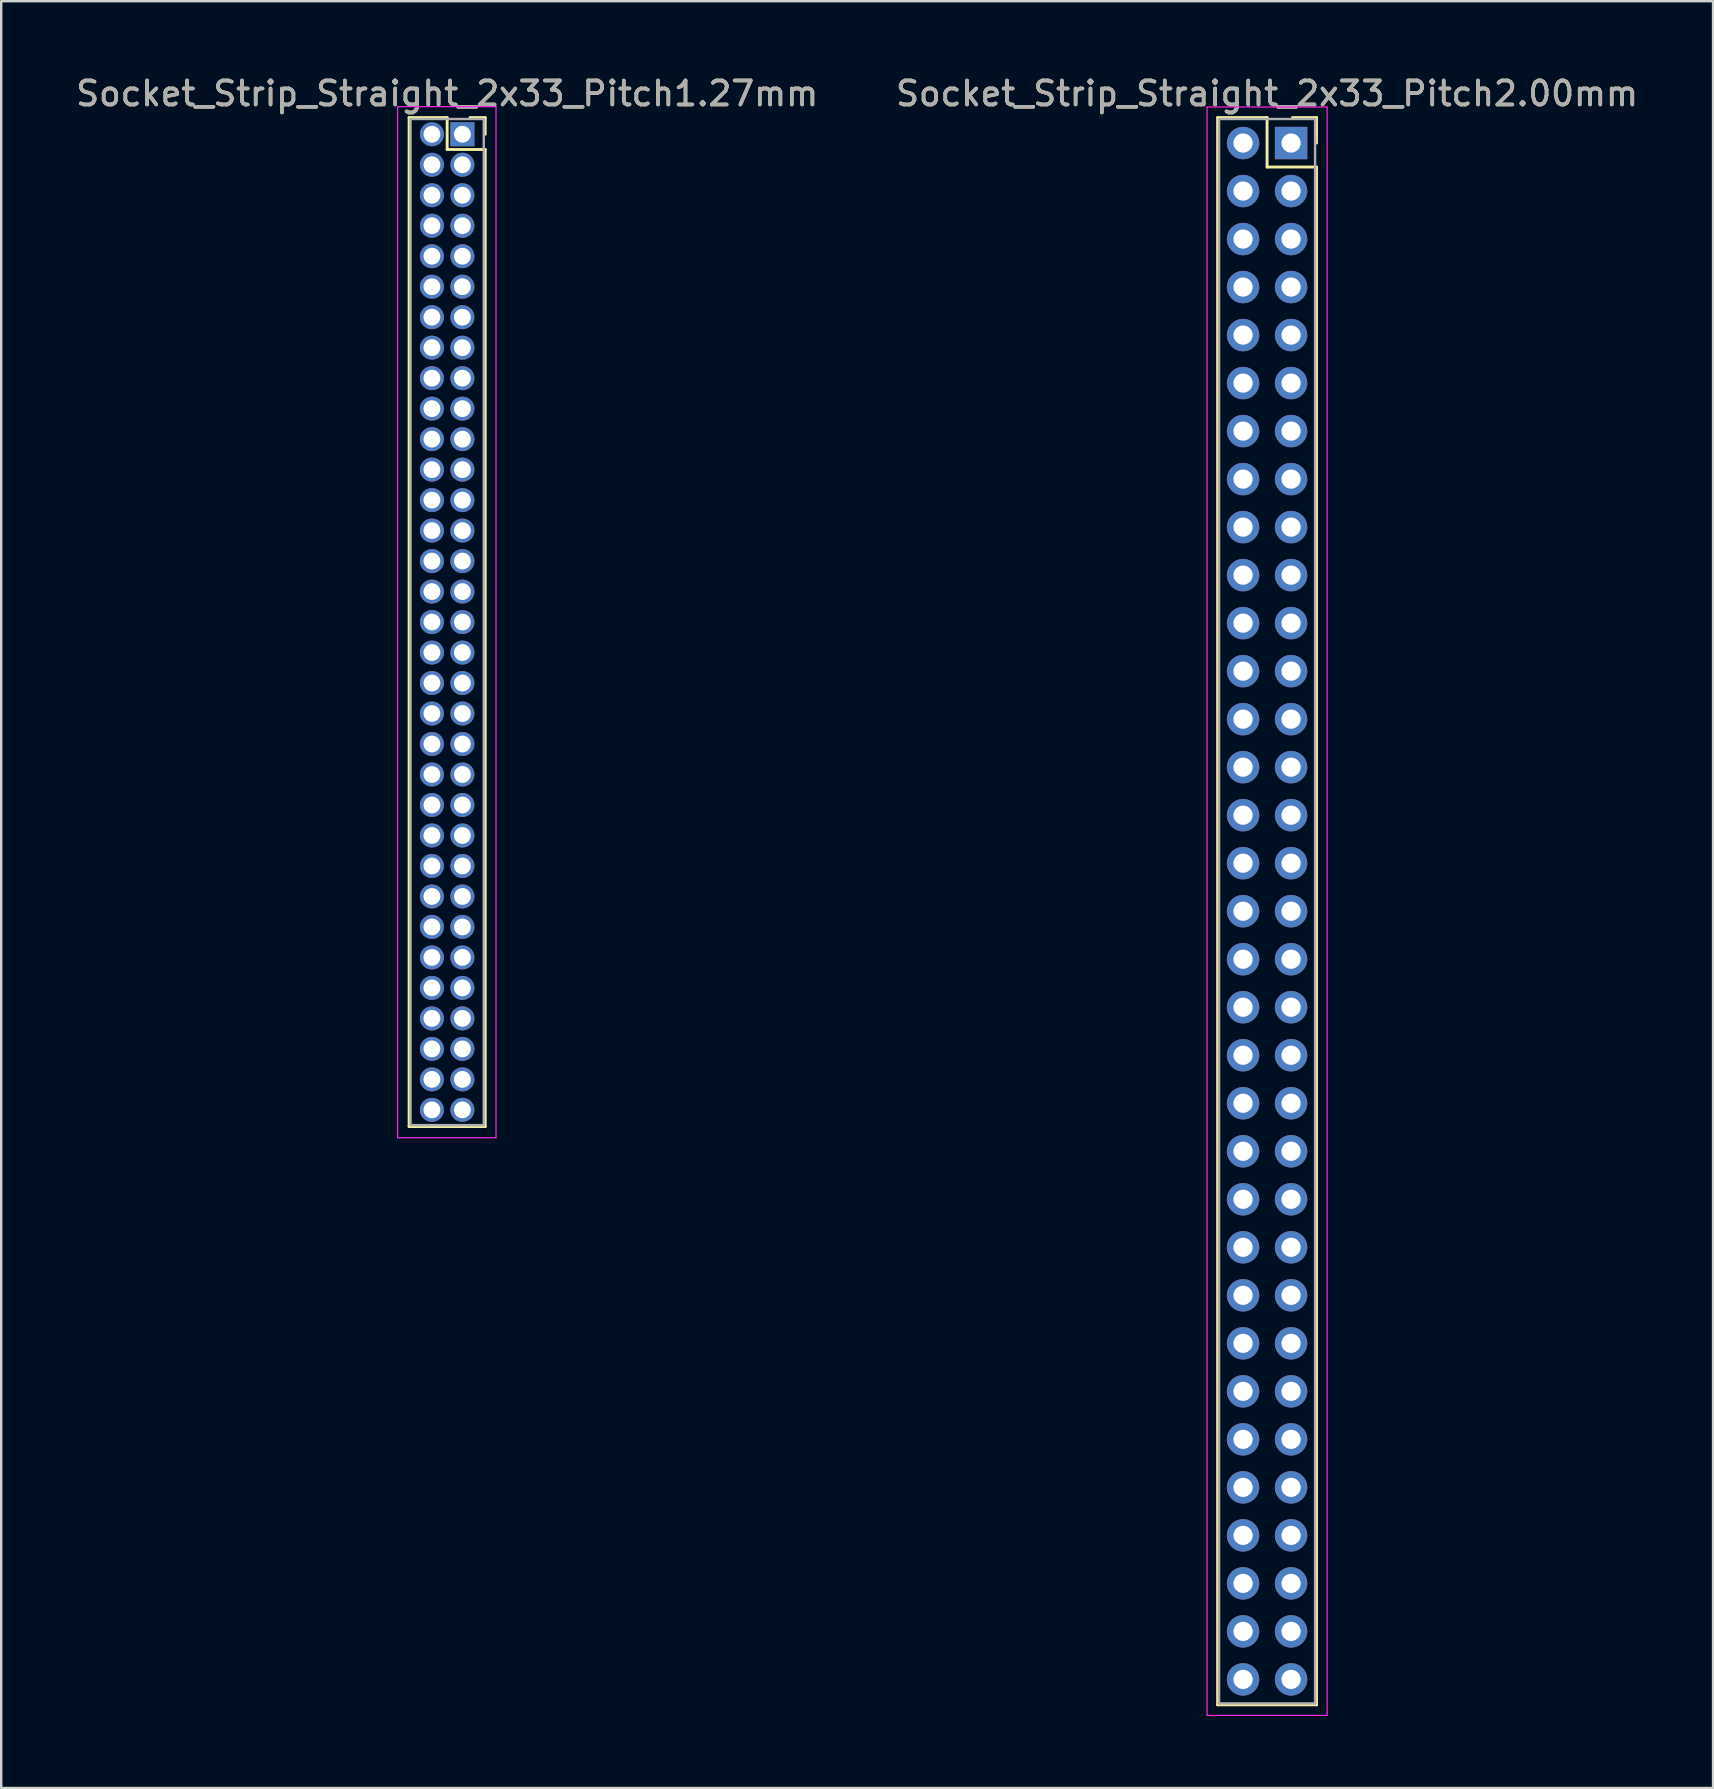
<source format=kicad_pcb>
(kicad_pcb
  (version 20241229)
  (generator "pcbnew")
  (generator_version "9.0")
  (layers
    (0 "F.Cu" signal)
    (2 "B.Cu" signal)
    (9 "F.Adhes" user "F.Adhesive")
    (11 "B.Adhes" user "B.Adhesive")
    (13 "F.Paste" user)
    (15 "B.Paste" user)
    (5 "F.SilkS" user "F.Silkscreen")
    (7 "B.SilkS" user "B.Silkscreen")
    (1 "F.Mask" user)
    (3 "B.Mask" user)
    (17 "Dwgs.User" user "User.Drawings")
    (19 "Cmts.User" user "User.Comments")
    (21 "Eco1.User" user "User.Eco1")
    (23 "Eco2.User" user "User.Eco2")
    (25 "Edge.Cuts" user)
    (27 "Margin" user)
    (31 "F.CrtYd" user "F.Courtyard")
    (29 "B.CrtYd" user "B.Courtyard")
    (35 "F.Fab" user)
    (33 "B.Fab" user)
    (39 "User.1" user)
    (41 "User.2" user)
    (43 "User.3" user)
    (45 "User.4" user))
  (footprint "Socket_Strip_Straight_2x33_Pitch1.27mm"
    (layer "F.Cu")
    (at 16.212 2.543)
    (property "Reference" "Socket_Strip_Straight_2x33_Pitch1.27mm" (at -0.635 -1.695 0) (layer "F.SilkS") (effects (font (size 1 1) (thickness 0.15))))
    (attr through_hole)
    (fp_line (start -2.22 -0.695) (end -0.635 -0.695) (stroke (width 0.12) (type solid)) (layer "F.SilkS"))
    (fp_line (start -2.22 41.335) (end -2.22 -0.695) (stroke (width 0.12) (type solid)) (layer "F.SilkS"))
    (fp_line (start -0.635 -0.695) (end -0.635 0.635) (stroke (width 0.12) (type solid)) (layer "F.SilkS"))
    (fp_line (start -0.635 0.635) (end 0.95 0.635) (stroke (width 0.12) (type solid)) (layer "F.SilkS"))
    (fp_line (start 0.95 -0.695) (end 0.315 -0.695) (stroke (width 0.12) (type solid)) (layer "F.SilkS"))
    (fp_line (start 0.95 0) (end 0.95 -0.695) (stroke (width 0.12) (type solid)) (layer "F.SilkS"))
    (fp_line (start 0.95 0.635) (end 0.95 41.335) (stroke (width 0.12) (type solid)) (layer "F.SilkS"))
    (fp_line (start 0.95 41.335) (end -2.22 41.335) (stroke (width 0.12) (type solid)) (layer "F.SilkS"))
    (fp_line (start -2.7 -1.15) (end -2.7 41.8) (stroke (width 0.05) (type solid)) (layer "F.CrtYd"))
    (fp_line (start -2.7 41.8) (end 1.4 41.8) (stroke (width 0.05) (type solid)) (layer "F.CrtYd"))
    (fp_line (start 1.4 -1.15) (end -2.7 -1.15) (stroke (width 0.05) (type solid)) (layer "F.CrtYd"))
    (fp_line (start 1.4 41.8) (end 1.4 -1.15) (stroke (width 0.05) (type solid)) (layer "F.CrtYd"))
    (fp_line (start -2.16 -0.635) (end -2.16 41.275) (stroke (width 0.1) (type solid)) (layer "F.Fab"))
    (fp_line (start -2.16 41.275) (end 0.89 41.275) (stroke (width 0.1) (type solid)) (layer "F.Fab"))
    (fp_line (start 0.89 -0.635) (end -2.16 -0.635) (stroke (width 0.1) (type solid)) (layer "F.Fab"))
    (fp_line (start 0.89 41.275) (end 0.89 -0.635) (stroke (width 0.1) (type solid)) (layer "F.Fab"))
    (fp_text user "${REFERENCE}" (at -0.635 -1.695 0) (layer "F.Fab") (effects (font (size 1 1) (thickness 0.15))))
    (pad "1" thru_hole rect (at 0 0) (size 1 1) (drill 0.7) (layers "*.Cu" "*.Mask"))
    (pad "2" thru_hole oval (at -1.27 0) (size 1 1) (drill 0.7) (layers "*.Cu" "*.Mask"))
    (pad "3" thru_hole oval (at 0 1.27) (size 1 1) (drill 0.7) (layers "*.Cu" "*.Mask"))
    (pad "4" thru_hole oval (at -1.27 1.27) (size 1 1) (drill 0.7) (layers "*.Cu" "*.Mask"))
    (pad "5" thru_hole oval (at 0 2.54) (size 1 1) (drill 0.7) (layers "*.Cu" "*.Mask"))
    (pad "6" thru_hole oval (at -1.27 2.54) (size 1 1) (drill 0.7) (layers "*.Cu" "*.Mask"))
    (pad "7" thru_hole oval (at 0 3.81) (size 1 1) (drill 0.7) (layers "*.Cu" "*.Mask"))
    (pad "8" thru_hole oval (at -1.27 3.81) (size 1 1) (drill 0.7) (layers "*.Cu" "*.Mask"))
    (pad "9" thru_hole oval (at 0 5.08) (size 1 1) (drill 0.7) (layers "*.Cu" "*.Mask"))
    (pad "10" thru_hole oval (at -1.27 5.08) (size 1 1) (drill 0.7) (layers "*.Cu" "*.Mask"))
    (pad "11" thru_hole oval (at 0 6.35) (size 1 1) (drill 0.7) (layers "*.Cu" "*.Mask"))
    (pad "12" thru_hole oval (at -1.27 6.35) (size 1 1) (drill 0.7) (layers "*.Cu" "*.Mask"))
    (pad "13" thru_hole oval (at 0 7.62) (size 1 1) (drill 0.7) (layers "*.Cu" "*.Mask"))
    (pad "14" thru_hole oval (at -1.27 7.62) (size 1 1) (drill 0.7) (layers "*.Cu" "*.Mask"))
    (pad "15" thru_hole oval (at 0 8.89) (size 1 1) (drill 0.7) (layers "*.Cu" "*.Mask"))
    (pad "16" thru_hole oval (at -1.27 8.89) (size 1 1) (drill 0.7) (layers "*.Cu" "*.Mask"))
    (pad "17" thru_hole oval (at 0 10.16) (size 1 1) (drill 0.7) (layers "*.Cu" "*.Mask"))
    (pad "18" thru_hole oval (at -1.27 10.16) (size 1 1) (drill 0.7) (layers "*.Cu" "*.Mask"))
    (pad "19" thru_hole oval (at 0 11.43) (size 1 1) (drill 0.7) (layers "*.Cu" "*.Mask"))
    (pad "20" thru_hole oval (at -1.27 11.43) (size 1 1) (drill 0.7) (layers "*.Cu" "*.Mask"))
    (pad "21" thru_hole oval (at 0 12.7) (size 1 1) (drill 0.7) (layers "*.Cu" "*.Mask"))
    (pad "22" thru_hole oval (at -1.27 12.7) (size 1 1) (drill 0.7) (layers "*.Cu" "*.Mask"))
    (pad "23" thru_hole oval (at 0 13.97) (size 1 1) (drill 0.7) (layers "*.Cu" "*.Mask"))
    (pad "24" thru_hole oval (at -1.27 13.97) (size 1 1) (drill 0.7) (layers "*.Cu" "*.Mask"))
    (pad "25" thru_hole oval (at 0 15.24) (size 1 1) (drill 0.7) (layers "*.Cu" "*.Mask"))
    (pad "26" thru_hole oval (at -1.27 15.24) (size 1 1) (drill 0.7) (layers "*.Cu" "*.Mask"))
    (pad "27" thru_hole oval (at 0 16.51) (size 1 1) (drill 0.7) (layers "*.Cu" "*.Mask"))
    (pad "28" thru_hole oval (at -1.27 16.51) (size 1 1) (drill 0.7) (layers "*.Cu" "*.Mask"))
    (pad "29" thru_hole oval (at 0 17.78) (size 1 1) (drill 0.7) (layers "*.Cu" "*.Mask"))
    (pad "30" thru_hole oval (at -1.27 17.78) (size 1 1) (drill 0.7) (layers "*.Cu" "*.Mask"))
    (pad "31" thru_hole oval (at 0 19.05) (size 1 1) (drill 0.7) (layers "*.Cu" "*.Mask"))
    (pad "32" thru_hole oval (at -1.27 19.05) (size 1 1) (drill 0.7) (layers "*.Cu" "*.Mask"))
    (pad "33" thru_hole oval (at 0 20.32) (size 1 1) (drill 0.7) (layers "*.Cu" "*.Mask"))
    (pad "34" thru_hole oval (at -1.27 20.32) (size 1 1) (drill 0.7) (layers "*.Cu" "*.Mask"))
    (pad "35" thru_hole oval (at 0 21.59) (size 1 1) (drill 0.7) (layers "*.Cu" "*.Mask"))
    (pad "36" thru_hole oval (at -1.27 21.59) (size 1 1) (drill 0.7) (layers "*.Cu" "*.Mask"))
    (pad "37" thru_hole oval (at 0 22.86) (size 1 1) (drill 0.7) (layers "*.Cu" "*.Mask"))
    (pad "38" thru_hole oval (at -1.27 22.86) (size 1 1) (drill 0.7) (layers "*.Cu" "*.Mask"))
    (pad "39" thru_hole oval (at 0 24.13) (size 1 1) (drill 0.7) (layers "*.Cu" "*.Mask"))
    (pad "40" thru_hole oval (at -1.27 24.13) (size 1 1) (drill 0.7) (layers "*.Cu" "*.Mask"))
    (pad "41" thru_hole oval (at 0 25.4) (size 1 1) (drill 0.7) (layers "*.Cu" "*.Mask"))
    (pad "42" thru_hole oval (at -1.27 25.4) (size 1 1) (drill 0.7) (layers "*.Cu" "*.Mask"))
    (pad "43" thru_hole oval (at 0 26.67) (size 1 1) (drill 0.7) (layers "*.Cu" "*.Mask"))
    (pad "44" thru_hole oval (at -1.27 26.67) (size 1 1) (drill 0.7) (layers "*.Cu" "*.Mask"))
    (pad "45" thru_hole oval (at 0 27.94) (size 1 1) (drill 0.7) (layers "*.Cu" "*.Mask"))
    (pad "46" thru_hole oval (at -1.27 27.94) (size 1 1) (drill 0.7) (layers "*.Cu" "*.Mask"))
    (pad "47" thru_hole oval (at 0 29.21) (size 1 1) (drill 0.7) (layers "*.Cu" "*.Mask"))
    (pad "48" thru_hole oval (at -1.27 29.21) (size 1 1) (drill 0.7) (layers "*.Cu" "*.Mask"))
    (pad "49" thru_hole oval (at 0 30.48) (size 1 1) (drill 0.7) (layers "*.Cu" "*.Mask"))
    (pad "50" thru_hole oval (at -1.27 30.48) (size 1 1) (drill 0.7) (layers "*.Cu" "*.Mask"))
    (pad "51" thru_hole oval (at 0 31.75) (size 1 1) (drill 0.7) (layers "*.Cu" "*.Mask"))
    (pad "52" thru_hole oval (at -1.27 31.75) (size 1 1) (drill 0.7) (layers "*.Cu" "*.Mask"))
    (pad "53" thru_hole oval (at 0 33.02) (size 1 1) (drill 0.7) (layers "*.Cu" "*.Mask"))
    (pad "54" thru_hole oval (at -1.27 33.02) (size 1 1) (drill 0.7) (layers "*.Cu" "*.Mask"))
    (pad "55" thru_hole oval (at 0 34.29) (size 1 1) (drill 0.7) (layers "*.Cu" "*.Mask"))
    (pad "56" thru_hole oval (at -1.27 34.29) (size 1 1) (drill 0.7) (layers "*.Cu" "*.Mask"))
    (pad "57" thru_hole oval (at 0 35.56) (size 1 1) (drill 0.7) (layers "*.Cu" "*.Mask"))
    (pad "58" thru_hole oval (at -1.27 35.56) (size 1 1) (drill 0.7) (layers "*.Cu" "*.Mask"))
    (pad "59" thru_hole oval (at 0 36.83) (size 1 1) (drill 0.7) (layers "*.Cu" "*.Mask"))
    (pad "60" thru_hole oval (at -1.27 36.83) (size 1 1) (drill 0.7) (layers "*.Cu" "*.Mask"))
    (pad "61" thru_hole oval (at 0 38.1) (size 1 1) (drill 0.7) (layers "*.Cu" "*.Mask"))
    (pad "62" thru_hole oval (at -1.27 38.1) (size 1 1) (drill 0.7) (layers "*.Cu" "*.Mask"))
    (pad "63" thru_hole oval (at 0 39.37) (size 1 1) (drill 0.7) (layers "*.Cu" "*.Mask"))
    (pad "64" thru_hole oval (at -1.27 39.37) (size 1 1) (drill 0.7) (layers "*.Cu" "*.Mask"))
    (pad "65" thru_hole oval (at 0 40.64) (size 1 1) (drill 0.7) (layers "*.Cu" "*.Mask"))
    (pad "66" thru_hole oval (at -1.27 40.64) (size 1 1) (drill 0.7) (layers "*.Cu" "*.Mask")))
  (footprint "Socket_Strip_Straight_2x33_Pitch2.00mm"
    (layer "F.Cu")
    (at 50.732 2.908)
    (property "Reference" "Socket_Strip_Straight_2x33_Pitch2.00mm" (at -1 -2.06 0) (layer "F.SilkS") (effects (font (size 1 1) (thickness 0.15))))
    (attr through_hole)
    (fp_line (start -3.06 -1.06) (end -1 -1.06) (stroke (width 0.12) (type solid)) (layer "F.SilkS"))
    (fp_line (start -3.06 65.06) (end -3.06 -1.06) (stroke (width 0.12) (type solid)) (layer "F.SilkS"))
    (fp_line (start -1 -1.06) (end -1 1) (stroke (width 0.12) (type solid)) (layer "F.SilkS"))
    (fp_line (start -1 1) (end 1.06 1) (stroke (width 0.12) (type solid)) (layer "F.SilkS"))
    (fp_line (start 1.06 -1.06) (end 0.06 -1.06) (stroke (width 0.12) (type solid)) (layer "F.SilkS"))
    (fp_line (start 1.06 0) (end 1.06 -1.06) (stroke (width 0.12) (type solid)) (layer "F.SilkS"))
    (fp_line (start 1.06 1) (end 1.06 65.06) (stroke (width 0.12) (type solid)) (layer "F.SilkS"))
    (fp_line (start 1.06 65.06) (end -3.06 65.06) (stroke (width 0.12) (type solid)) (layer "F.SilkS"))
    (fp_line (start -3.5 -1.5) (end -3.5 65.5) (stroke (width 0.05) (type solid)) (layer "F.CrtYd"))
    (fp_line (start -3.5 65.5) (end 1.5 65.5) (stroke (width 0.05) (type solid)) (layer "F.CrtYd"))
    (fp_line (start 1.5 -1.5) (end -3.5 -1.5) (stroke (width 0.05) (type solid)) (layer "F.CrtYd"))
    (fp_line (start 1.5 65.5) (end 1.5 -1.5) (stroke (width 0.05) (type solid)) (layer "F.CrtYd"))
    (fp_line (start -3 -1) (end -3 65) (stroke (width 0.1) (type solid)) (layer "F.Fab"))
    (fp_line (start -3 65) (end 1 65) (stroke (width 0.1) (type solid)) (layer "F.Fab"))
    (fp_line (start 1 -1) (end -3 -1) (stroke (width 0.1) (type solid)) (layer "F.Fab"))
    (fp_line (start 1 65) (end 1 -1) (stroke (width 0.1) (type solid)) (layer "F.Fab"))
    (fp_text user "${REFERENCE}" (at -1 -2.06 0) (layer "F.Fab") (effects (font (size 1 1) (thickness 0.15))))
    (pad "1" thru_hole rect (at 0 0) (size 1.35 1.35) (drill 0.8) (layers "*.Cu" "*.Mask"))
    (pad "2" thru_hole oval (at -2 0) (size 1.35 1.35) (drill 0.8) (layers "*.Cu" "*.Mask"))
    (pad "3" thru_hole oval (at 0 2) (size 1.35 1.35) (drill 0.8) (layers "*.Cu" "*.Mask"))
    (pad "4" thru_hole oval (at -2 2) (size 1.35 1.35) (drill 0.8) (layers "*.Cu" "*.Mask"))
    (pad "5" thru_hole oval (at 0 4) (size 1.35 1.35) (drill 0.8) (layers "*.Cu" "*.Mask"))
    (pad "6" thru_hole oval (at -2 4) (size 1.35 1.35) (drill 0.8) (layers "*.Cu" "*.Mask"))
    (pad "7" thru_hole oval (at 0 6) (size 1.35 1.35) (drill 0.8) (layers "*.Cu" "*.Mask"))
    (pad "8" thru_hole oval (at -2 6) (size 1.35 1.35) (drill 0.8) (layers "*.Cu" "*.Mask"))
    (pad "9" thru_hole oval (at 0 8) (size 1.35 1.35) (drill 0.8) (layers "*.Cu" "*.Mask"))
    (pad "10" thru_hole oval (at -2 8) (size 1.35 1.35) (drill 0.8) (layers "*.Cu" "*.Mask"))
    (pad "11" thru_hole oval (at 0 10) (size 1.35 1.35) (drill 0.8) (layers "*.Cu" "*.Mask"))
    (pad "12" thru_hole oval (at -2 10) (size 1.35 1.35) (drill 0.8) (layers "*.Cu" "*.Mask"))
    (pad "13" thru_hole oval (at 0 12) (size 1.35 1.35) (drill 0.8) (layers "*.Cu" "*.Mask"))
    (pad "14" thru_hole oval (at -2 12) (size 1.35 1.35) (drill 0.8) (layers "*.Cu" "*.Mask"))
    (pad "15" thru_hole oval (at 0 14) (size 1.35 1.35) (drill 0.8) (layers "*.Cu" "*.Mask"))
    (pad "16" thru_hole oval (at -2 14) (size 1.35 1.35) (drill 0.8) (layers "*.Cu" "*.Mask"))
    (pad "17" thru_hole oval (at 0 16) (size 1.35 1.35) (drill 0.8) (layers "*.Cu" "*.Mask"))
    (pad "18" thru_hole oval (at -2 16) (size 1.35 1.35) (drill 0.8) (layers "*.Cu" "*.Mask"))
    (pad "19" thru_hole oval (at 0 18) (size 1.35 1.35) (drill 0.8) (layers "*.Cu" "*.Mask"))
    (pad "20" thru_hole oval (at -2 18) (size 1.35 1.35) (drill 0.8) (layers "*.Cu" "*.Mask"))
    (pad "21" thru_hole oval (at 0 20) (size 1.35 1.35) (drill 0.8) (layers "*.Cu" "*.Mask"))
    (pad "22" thru_hole oval (at -2 20) (size 1.35 1.35) (drill 0.8) (layers "*.Cu" "*.Mask"))
    (pad "23" thru_hole oval (at 0 22) (size 1.35 1.35) (drill 0.8) (layers "*.Cu" "*.Mask"))
    (pad "24" thru_hole oval (at -2 22) (size 1.35 1.35) (drill 0.8) (layers "*.Cu" "*.Mask"))
    (pad "25" thru_hole oval (at 0 24) (size 1.35 1.35) (drill 0.8) (layers "*.Cu" "*.Mask"))
    (pad "26" thru_hole oval (at -2 24) (size 1.35 1.35) (drill 0.8) (layers "*.Cu" "*.Mask"))
    (pad "27" thru_hole oval (at 0 26) (size 1.35 1.35) (drill 0.8) (layers "*.Cu" "*.Mask"))
    (pad "28" thru_hole oval (at -2 26) (size 1.35 1.35) (drill 0.8) (layers "*.Cu" "*.Mask"))
    (pad "29" thru_hole oval (at 0 28) (size 1.35 1.35) (drill 0.8) (layers "*.Cu" "*.Mask"))
    (pad "30" thru_hole oval (at -2 28) (size 1.35 1.35) (drill 0.8) (layers "*.Cu" "*.Mask"))
    (pad "31" thru_hole oval (at 0 30) (size 1.35 1.35) (drill 0.8) (layers "*.Cu" "*.Mask"))
    (pad "32" thru_hole oval (at -2 30) (size 1.35 1.35) (drill 0.8) (layers "*.Cu" "*.Mask"))
    (pad "33" thru_hole oval (at 0 32) (size 1.35 1.35) (drill 0.8) (layers "*.Cu" "*.Mask"))
    (pad "34" thru_hole oval (at -2 32) (size 1.35 1.35) (drill 0.8) (layers "*.Cu" "*.Mask"))
    (pad "35" thru_hole oval (at 0 34) (size 1.35 1.35) (drill 0.8) (layers "*.Cu" "*.Mask"))
    (pad "36" thru_hole oval (at -2 34) (size 1.35 1.35) (drill 0.8) (layers "*.Cu" "*.Mask"))
    (pad "37" thru_hole oval (at 0 36) (size 1.35 1.35) (drill 0.8) (layers "*.Cu" "*.Mask"))
    (pad "38" thru_hole oval (at -2 36) (size 1.35 1.35) (drill 0.8) (layers "*.Cu" "*.Mask"))
    (pad "39" thru_hole oval (at 0 38) (size 1.35 1.35) (drill 0.8) (layers "*.Cu" "*.Mask"))
    (pad "40" thru_hole oval (at -2 38) (size 1.35 1.35) (drill 0.8) (layers "*.Cu" "*.Mask"))
    (pad "41" thru_hole oval (at 0 40) (size 1.35 1.35) (drill 0.8) (layers "*.Cu" "*.Mask"))
    (pad "42" thru_hole oval (at -2 40) (size 1.35 1.35) (drill 0.8) (layers "*.Cu" "*.Mask"))
    (pad "43" thru_hole oval (at 0 42) (size 1.35 1.35) (drill 0.8) (layers "*.Cu" "*.Mask"))
    (pad "44" thru_hole oval (at -2 42) (size 1.35 1.35) (drill 0.8) (layers "*.Cu" "*.Mask"))
    (pad "45" thru_hole oval (at 0 44) (size 1.35 1.35) (drill 0.8) (layers "*.Cu" "*.Mask"))
    (pad "46" thru_hole oval (at -2 44) (size 1.35 1.35) (drill 0.8) (layers "*.Cu" "*.Mask"))
    (pad "47" thru_hole oval (at 0 46) (size 1.35 1.35) (drill 0.8) (layers "*.Cu" "*.Mask"))
    (pad "48" thru_hole oval (at -2 46) (size 1.35 1.35) (drill 0.8) (layers "*.Cu" "*.Mask"))
    (pad "49" thru_hole oval (at 0 48) (size 1.35 1.35) (drill 0.8) (layers "*.Cu" "*.Mask"))
    (pad "50" thru_hole oval (at -2 48) (size 1.35 1.35) (drill 0.8) (layers "*.Cu" "*.Mask"))
    (pad "51" thru_hole oval (at 0 50) (size 1.35 1.35) (drill 0.8) (layers "*.Cu" "*.Mask"))
    (pad "52" thru_hole oval (at -2 50) (size 1.35 1.35) (drill 0.8) (layers "*.Cu" "*.Mask"))
    (pad "53" thru_hole oval (at 0 52) (size 1.35 1.35) (drill 0.8) (layers "*.Cu" "*.Mask"))
    (pad "54" thru_hole oval (at -2 52) (size 1.35 1.35) (drill 0.8) (layers "*.Cu" "*.Mask"))
    (pad "55" thru_hole oval (at 0 54) (size 1.35 1.35) (drill 0.8) (layers "*.Cu" "*.Mask"))
    (pad "56" thru_hole oval (at -2 54) (size 1.35 1.35) (drill 0.8) (layers "*.Cu" "*.Mask"))
    (pad "57" thru_hole oval (at 0 56) (size 1.35 1.35) (drill 0.8) (layers "*.Cu" "*.Mask"))
    (pad "58" thru_hole oval (at -2 56) (size 1.35 1.35) (drill 0.8) (layers "*.Cu" "*.Mask"))
    (pad "59" thru_hole oval (at 0 58) (size 1.35 1.35) (drill 0.8) (layers "*.Cu" "*.Mask"))
    (pad "60" thru_hole oval (at -2 58) (size 1.35 1.35) (drill 0.8) (layers "*.Cu" "*.Mask"))
    (pad "61" thru_hole oval (at 0 60) (size 1.35 1.35) (drill 0.8) (layers "*.Cu" "*.Mask"))
    (pad "62" thru_hole oval (at -2 60) (size 1.35 1.35) (drill 0.8) (layers "*.Cu" "*.Mask"))
    (pad "63" thru_hole oval (at 0 62) (size 1.35 1.35) (drill 0.8) (layers "*.Cu" "*.Mask"))
    (pad "64" thru_hole oval (at -2 62) (size 1.35 1.35) (drill 0.8) (layers "*.Cu" "*.Mask"))
    (pad "65" thru_hole oval (at 0 64) (size 1.35 1.35) (drill 0.8) (layers "*.Cu" "*.Mask"))
    (pad "66" thru_hole oval (at -2 64) (size 1.35 1.35) (drill 0.8) (layers "*.Cu" "*.Mask")))
  (gr_rect
    (start -3 -3)
    (end 68.31 71.433)
    (stroke (width 0.1) (type default))
    (fill no)
    (layer "Edge.Cuts")))
</source>
